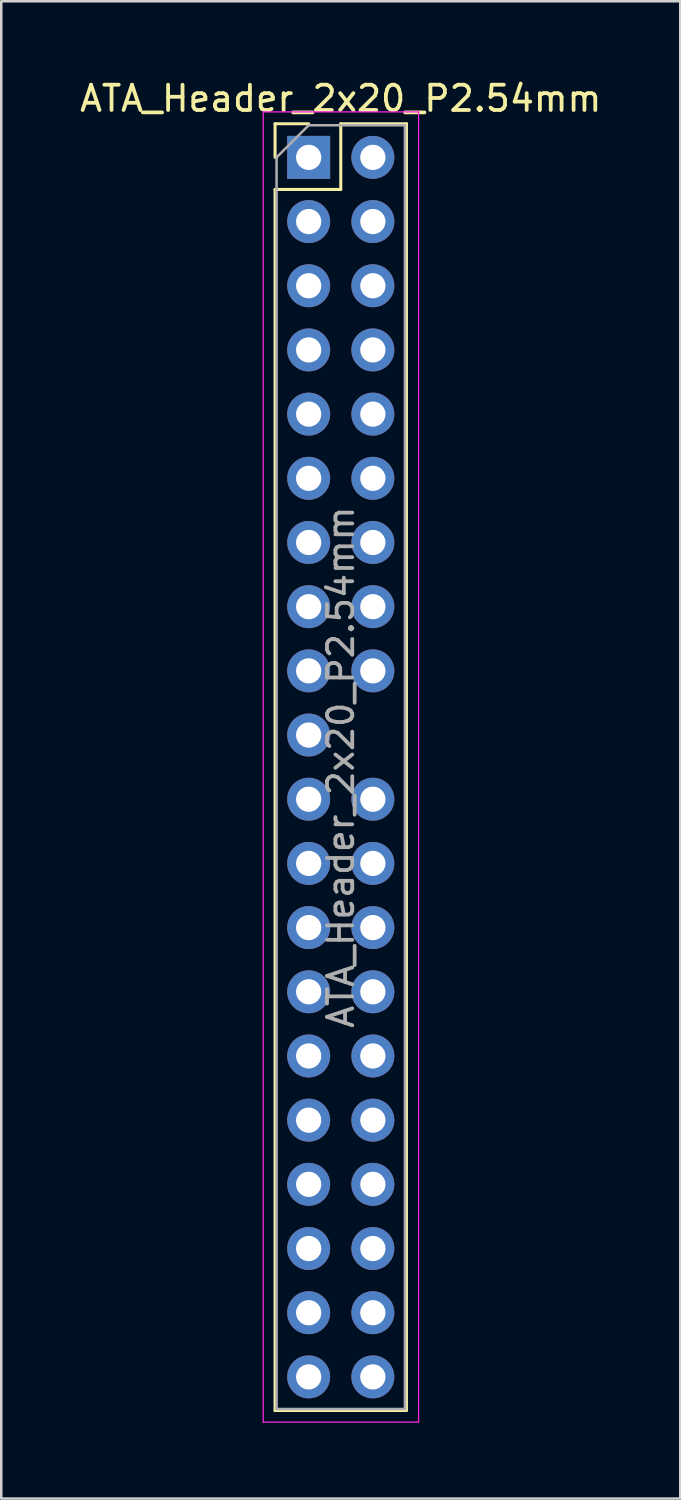
<source format=kicad_pcb>
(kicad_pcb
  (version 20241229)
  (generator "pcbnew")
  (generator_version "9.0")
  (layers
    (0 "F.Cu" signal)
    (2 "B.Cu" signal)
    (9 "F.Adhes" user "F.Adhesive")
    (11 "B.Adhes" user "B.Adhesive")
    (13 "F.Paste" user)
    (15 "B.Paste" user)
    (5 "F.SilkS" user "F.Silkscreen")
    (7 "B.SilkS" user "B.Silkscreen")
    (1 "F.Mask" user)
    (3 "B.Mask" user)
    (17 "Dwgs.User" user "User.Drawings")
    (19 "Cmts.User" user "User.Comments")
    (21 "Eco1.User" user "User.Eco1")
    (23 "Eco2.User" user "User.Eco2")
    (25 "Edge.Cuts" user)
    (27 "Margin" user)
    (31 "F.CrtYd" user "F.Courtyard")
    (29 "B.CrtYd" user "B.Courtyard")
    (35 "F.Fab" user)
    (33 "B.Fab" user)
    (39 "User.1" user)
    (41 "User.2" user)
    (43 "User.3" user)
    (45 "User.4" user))
  (footprint "ATA_Header_2x20_P2.54mm"
    (layer "F.Cu")
    (at 9.165 3.178)
    (property "Reference" "ATA_Header_2x20_P2.54mm" (at 1.27 -2.33 0) (layer "F.SilkS") (effects (font (size 1 1) (thickness 0.15))))
    (attr through_hole)
    (fp_line (start -1.33 -1.33) (end 0 -1.33) (stroke (width 0.12) (type solid)) (layer "F.SilkS"))
    (fp_line (start -1.33 0) (end -1.33 -1.33) (stroke (width 0.12) (type solid)) (layer "F.SilkS"))
    (fp_line (start -1.33 1.27) (end -1.33 49.59) (stroke (width 0.12) (type solid)) (layer "F.SilkS"))
    (fp_line (start -1.33 1.27) (end 1.27 1.27) (stroke (width 0.12) (type solid)) (layer "F.SilkS"))
    (fp_line (start -1.33 49.59) (end 3.87 49.59) (stroke (width 0.12) (type solid)) (layer "F.SilkS"))
    (fp_line (start 1.27 -1.33) (end 3.87 -1.33) (stroke (width 0.12) (type solid)) (layer "F.SilkS"))
    (fp_line (start 1.27 1.27) (end 1.27 -1.33) (stroke (width 0.12) (type solid)) (layer "F.SilkS"))
    (fp_line (start 3.87 -1.33) (end 3.87 49.59) (stroke (width 0.12) (type solid)) (layer "F.SilkS"))
    (fp_line (start -1.8 -1.8) (end -1.8 50.05) (stroke (width 0.05) (type solid)) (layer "F.CrtYd"))
    (fp_line (start -1.8 50.05) (end 4.35 50.05) (stroke (width 0.05) (type solid)) (layer "F.CrtYd"))
    (fp_line (start 4.35 -1.8) (end -1.8 -1.8) (stroke (width 0.05) (type solid)) (layer "F.CrtYd"))
    (fp_line (start 4.35 50.05) (end 4.35 -1.8) (stroke (width 0.05) (type solid)) (layer "F.CrtYd"))
    (fp_line (start -1.27 0) (end 0 -1.27) (stroke (width 0.1) (type solid)) (layer "F.Fab"))
    (fp_line (start -1.27 49.53) (end -1.27 0) (stroke (width 0.1) (type solid)) (layer "F.Fab"))
    (fp_line (start 0 -1.27) (end 3.81 -1.27) (stroke (width 0.1) (type solid)) (layer "F.Fab"))
    (fp_line (start 3.81 -1.27) (end 3.81 49.53) (stroke (width 0.1) (type solid)) (layer "F.Fab"))
    (fp_line (start 3.81 49.53) (end -1.27 49.53) (stroke (width 0.1) (type solid)) (layer "F.Fab"))
    (fp_text user "${REFERENCE}" (at 1.27 24.13 90) (layer "F.Fab") (effects (font (size 1 1) (thickness 0.15))))
    (pad "1" thru_hole rect (at 0 0) (size 1.7 1.7) (drill 1) (layers "*.Cu" "*.Mask"))
    (pad "2" thru_hole oval (at 2.54 0) (size 1.7 1.7) (drill 1) (layers "*.Cu" "*.Mask"))
    (pad "3" thru_hole oval (at 0 2.54) (size 1.7 1.7) (drill 1) (layers "*.Cu" "*.Mask"))
    (pad "4" thru_hole oval (at 2.54 2.54) (size 1.7 1.7) (drill 1) (layers "*.Cu" "*.Mask"))
    (pad "5" thru_hole oval (at 0 5.08) (size 1.7 1.7) (drill 1) (layers "*.Cu" "*.Mask"))
    (pad "6" thru_hole oval (at 2.54 5.08) (size 1.7 1.7) (drill 1) (layers "*.Cu" "*.Mask"))
    (pad "7" thru_hole oval (at 0 7.62) (size 1.7 1.7) (drill 1) (layers "*.Cu" "*.Mask"))
    (pad "8" thru_hole oval (at 2.54 7.62) (size 1.7 1.7) (drill 1) (layers "*.Cu" "*.Mask"))
    (pad "9" thru_hole oval (at 0 10.16) (size 1.7 1.7) (drill 1) (layers "*.Cu" "*.Mask"))
    (pad "10" thru_hole oval (at 2.54 10.16) (size 1.7 1.7) (drill 1) (layers "*.Cu" "*.Mask"))
    (pad "11" thru_hole oval (at 0 12.7) (size 1.7 1.7) (drill 1) (layers "*.Cu" "*.Mask"))
    (pad "12" thru_hole oval (at 2.54 12.7) (size 1.7 1.7) (drill 1) (layers "*.Cu" "*.Mask"))
    (pad "13" thru_hole oval (at 0 15.24) (size 1.7 1.7) (drill 1) (layers "*.Cu" "*.Mask"))
    (pad "14" thru_hole oval (at 2.54 15.24) (size 1.7 1.7) (drill 1) (layers "*.Cu" "*.Mask"))
    (pad "15" thru_hole oval (at 0 17.78) (size 1.7 1.7) (drill 1) (layers "*.Cu" "*.Mask"))
    (pad "16" thru_hole oval (at 2.54 17.78) (size 1.7 1.7) (drill 1) (layers "*.Cu" "*.Mask"))
    (pad "17" thru_hole oval (at 0 20.32) (size 1.7 1.7) (drill 1) (layers "*.Cu" "*.Mask"))
    (pad "18" thru_hole oval (at 2.54 20.32) (size 1.7 1.7) (drill 1) (layers "*.Cu" "*.Mask"))
    (pad "19" thru_hole oval (at 0 22.86) (size 1.7 1.7) (drill 1) (layers "*.Cu" "*.Mask"))
    (pad "21" thru_hole oval (at 0 25.4) (size 1.7 1.7) (drill 1) (layers "*.Cu" "*.Mask"))
    (pad "22" thru_hole oval (at 2.54 25.4) (size 1.7 1.7) (drill 1) (layers "*.Cu" "*.Mask"))
    (pad "23" thru_hole oval (at 0 27.94) (size 1.7 1.7) (drill 1) (layers "*.Cu" "*.Mask"))
    (pad "24" thru_hole oval (at 2.54 27.94) (size 1.7 1.7) (drill 1) (layers "*.Cu" "*.Mask"))
    (pad "25" thru_hole oval (at 0 30.48) (size 1.7 1.7) (drill 1) (layers "*.Cu" "*.Mask"))
    (pad "26" thru_hole oval (at 2.54 30.48) (size 1.7 1.7) (drill 1) (layers "*.Cu" "*.Mask"))
    (pad "27" thru_hole oval (at 0 33.02) (size 1.7 1.7) (drill 1) (layers "*.Cu" "*.Mask"))
    (pad "28" thru_hole oval (at 2.54 33.02) (size 1.7 1.7) (drill 1) (layers "*.Cu" "*.Mask"))
    (pad "29" thru_hole oval (at 0 35.56) (size 1.7 1.7) (drill 1) (layers "*.Cu" "*.Mask"))
    (pad "30" thru_hole oval (at 2.54 35.56) (size 1.7 1.7) (drill 1) (layers "*.Cu" "*.Mask"))
    (pad "31" thru_hole oval (at 0 38.1) (size 1.7 1.7) (drill 1) (layers "*.Cu" "*.Mask"))
    (pad "32" thru_hole oval (at 2.54 38.1) (size 1.7 1.7) (drill 1) (layers "*.Cu" "*.Mask"))
    (pad "33" thru_hole oval (at 0 40.64) (size 1.7 1.7) (drill 1) (layers "*.Cu" "*.Mask"))
    (pad "34" thru_hole oval (at 2.54 40.64) (size 1.7 1.7) (drill 1) (layers "*.Cu" "*.Mask"))
    (pad "35" thru_hole oval (at 0 43.18) (size 1.7 1.7) (drill 1) (layers "*.Cu" "*.Mask"))
    (pad "36" thru_hole oval (at 2.54 43.18) (size 1.7 1.7) (drill 1) (layers "*.Cu" "*.Mask"))
    (pad "37" thru_hole oval (at 0 45.72) (size 1.7 1.7) (drill 1) (layers "*.Cu" "*.Mask"))
    (pad "38" thru_hole oval (at 2.54 45.72) (size 1.7 1.7) (drill 1) (layers "*.Cu" "*.Mask"))
    (pad "39" thru_hole oval (at 0 48.26) (size 1.7 1.7) (drill 1) (layers "*.Cu" "*.Mask"))
    (pad "40" thru_hole oval (at 2.54 48.26) (size 1.7 1.7) (drill 1) (layers "*.Cu" "*.Mask")))
  (gr_rect
    (start -3 -3)
    (end 23.869 56.253)
    (stroke (width 0.1) (type default))
    (fill no)
    (layer "Edge.Cuts")))
</source>
